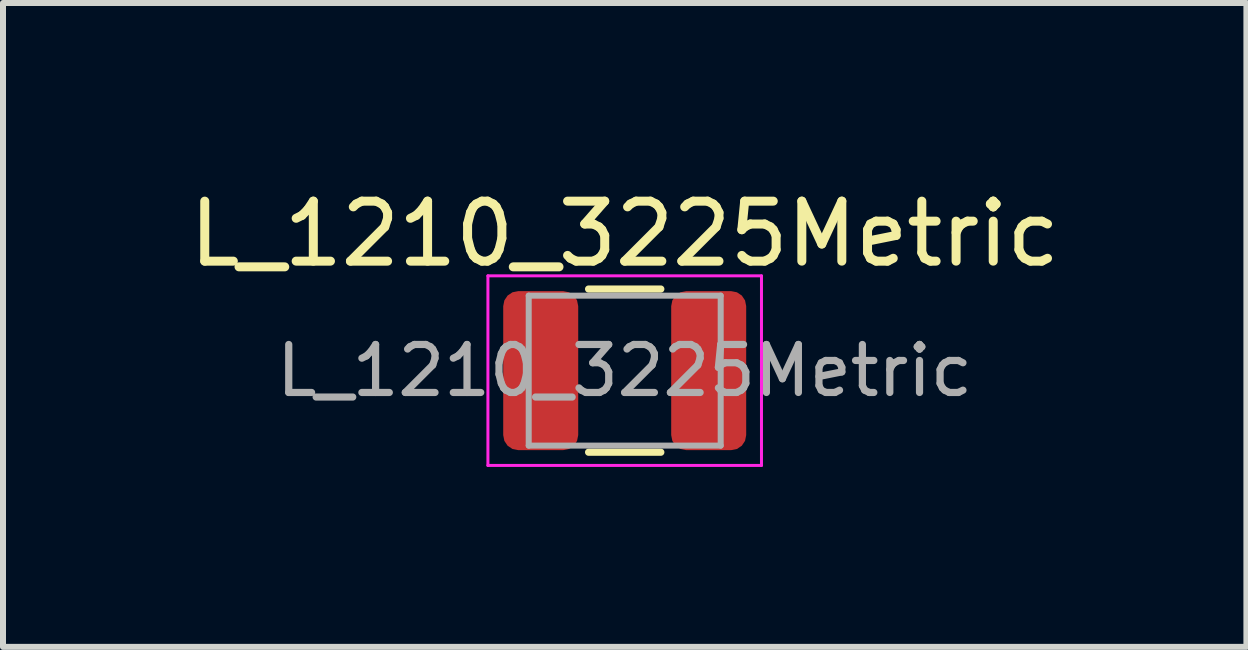
<source format=kicad_pcb>
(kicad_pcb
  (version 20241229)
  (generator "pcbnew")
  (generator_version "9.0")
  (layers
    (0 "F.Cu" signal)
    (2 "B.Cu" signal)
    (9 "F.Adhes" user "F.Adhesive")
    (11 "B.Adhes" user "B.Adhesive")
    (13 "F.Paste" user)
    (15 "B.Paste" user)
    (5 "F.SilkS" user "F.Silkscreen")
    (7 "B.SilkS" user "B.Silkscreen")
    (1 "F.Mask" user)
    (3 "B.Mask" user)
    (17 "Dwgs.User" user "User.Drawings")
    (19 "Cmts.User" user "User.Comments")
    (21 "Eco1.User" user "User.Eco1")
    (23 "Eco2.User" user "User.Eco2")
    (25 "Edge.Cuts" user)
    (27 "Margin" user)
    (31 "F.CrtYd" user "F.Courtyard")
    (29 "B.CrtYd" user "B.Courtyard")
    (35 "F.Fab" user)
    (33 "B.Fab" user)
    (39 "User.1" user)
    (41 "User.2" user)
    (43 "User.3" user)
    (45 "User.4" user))
  (footprint "L_1210_3225Metric"
    (layer "F.Cu")
    (at 7.363 3.128)
    (property "Reference" "L_1210_3225Metric" (at 0 -2.28 0) (layer "F.SilkS") (effects (font (size 1 1) (thickness 0.15))))
    (attr smd)
    (fp_line (start -0.602 -1.36) (end 0.602 -1.36) (stroke (width 0.12) (type solid)) (layer "F.SilkS"))
    (fp_line (start -0.602 1.36) (end 0.602 1.36) (stroke (width 0.12) (type solid)) (layer "F.SilkS"))
    (fp_line (start -2.28 -1.58) (end 2.28 -1.58) (stroke (width 0.05) (type solid)) (layer "F.CrtYd"))
    (fp_line (start -2.28 1.58) (end -2.28 -1.58) (stroke (width 0.05) (type solid)) (layer "F.CrtYd"))
    (fp_line (start 2.28 -1.58) (end 2.28 1.58) (stroke (width 0.05) (type solid)) (layer "F.CrtYd"))
    (fp_line (start 2.28 1.58) (end -2.28 1.58) (stroke (width 0.05) (type solid)) (layer "F.CrtYd"))
    (fp_line (start -1.6 -1.25) (end 1.6 -1.25) (stroke (width 0.1) (type solid)) (layer "F.Fab"))
    (fp_line (start -1.6 1.25) (end -1.6 -1.25) (stroke (width 0.1) (type solid)) (layer "F.Fab"))
    (fp_line (start 1.6 -1.25) (end 1.6 1.25) (stroke (width 0.1) (type solid)) (layer "F.Fab"))
    (fp_line (start 1.6 1.25) (end -1.6 1.25) (stroke (width 0.1) (type solid)) (layer "F.Fab"))
    (fp_text user "${REFERENCE}" (at 0 0 0) (layer "F.Fab") (effects (font (size 0.8 0.8) (thickness 0.12))))
    (pad "1" smd roundrect (at -1.4 0) (size 1.25 2.65) (layers "F.Cu" "F.Mask" "F.Paste") (roundrect_rratio 0.2))
    (pad "2" smd roundrect (at 1.4 0) (size 1.25 2.65) (layers "F.Cu" "F.Mask" "F.Paste") (roundrect_rratio 0.2)))
  (gr_rect
    (start -3 -3)
    (end 17.726 7.733)
    (stroke (width 0.1) (type default))
    (fill no)
    (layer "Edge.Cuts")))
</source>
